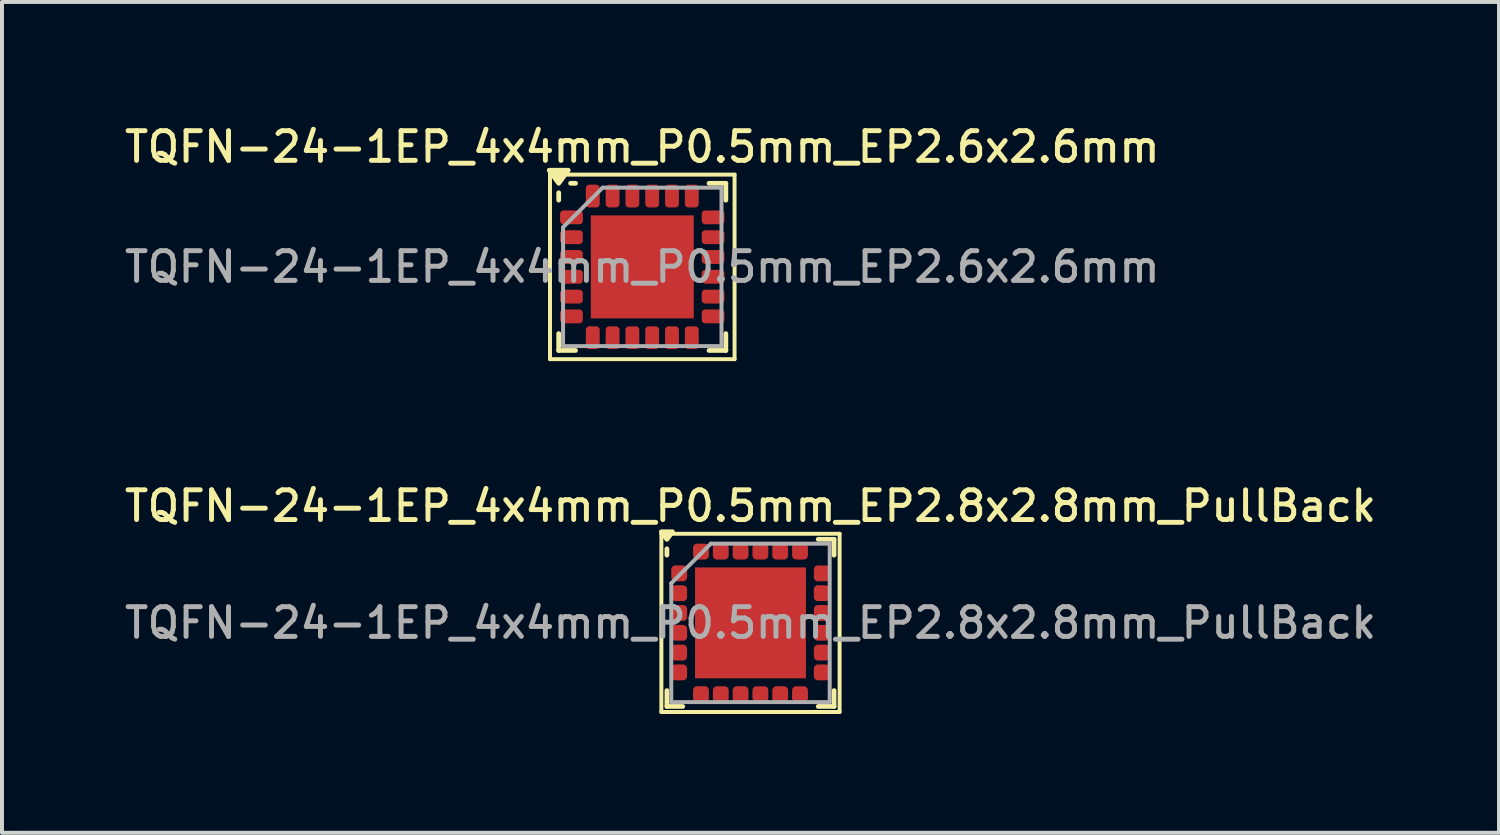
<source format=kicad_pcb>
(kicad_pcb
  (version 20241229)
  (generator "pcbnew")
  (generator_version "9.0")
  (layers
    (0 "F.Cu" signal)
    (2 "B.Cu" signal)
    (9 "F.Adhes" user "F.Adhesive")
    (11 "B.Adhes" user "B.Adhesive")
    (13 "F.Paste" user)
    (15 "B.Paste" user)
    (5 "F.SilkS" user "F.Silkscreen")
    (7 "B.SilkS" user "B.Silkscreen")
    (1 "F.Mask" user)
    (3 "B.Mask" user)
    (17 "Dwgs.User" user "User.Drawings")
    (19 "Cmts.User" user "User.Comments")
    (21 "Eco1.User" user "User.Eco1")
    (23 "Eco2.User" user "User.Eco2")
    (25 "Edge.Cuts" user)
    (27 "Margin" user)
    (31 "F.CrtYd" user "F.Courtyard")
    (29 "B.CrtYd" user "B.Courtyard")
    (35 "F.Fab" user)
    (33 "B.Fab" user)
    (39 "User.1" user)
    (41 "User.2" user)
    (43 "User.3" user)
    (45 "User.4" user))
  (footprint "TQFN-24-1EP_4x4mm_P0.5mm_EP2.6x2.6mm"
    (layer "F.Cu")
    (at 13.166 3.688)
    (property "Reference" "TQFN-24-1EP_4x4mm_P0.5mm_EP2.6x2.6mm" (at 0 -3.03 0) (layer "F.SilkS") (effects (font (size 0.75 0.75) (thickness 0.125))))
    (attr smd)
    (fp_line (start -2.33 -2.33) (end -2.33 2.33) (stroke (width 0.1) (type solid)) (layer "F.SilkS"))
    (fp_line (start -2.33 2.33) (end 2.33 2.33) (stroke (width 0.1) (type solid)) (layer "F.SilkS"))
    (fp_line (start -2.11 -1.685) (end -2.11 -1.87) (stroke (width 0.12) (type solid)) (layer "F.SilkS"))
    (fp_line (start -2.11 2.11) (end -2.11 1.685) (stroke (width 0.12) (type solid)) (layer "F.SilkS"))
    (fp_line (start -1.685 -2.11) (end -1.81 -2.11) (stroke (width 0.12) (type solid)) (layer "F.SilkS"))
    (fp_line (start -1.685 2.11) (end -2.11 2.11) (stroke (width 0.12) (type solid)) (layer "F.SilkS"))
    (fp_line (start 1.685 -2.11) (end 2.11 -2.11) (stroke (width 0.12) (type solid)) (layer "F.SilkS"))
    (fp_line (start 1.685 2.11) (end 2.11 2.11) (stroke (width 0.12) (type solid)) (layer "F.SilkS"))
    (fp_line (start 2.11 -2.11) (end 2.11 -1.685) (stroke (width 0.12) (type solid)) (layer "F.SilkS"))
    (fp_line (start 2.11 2.11) (end 2.11 1.685) (stroke (width 0.12) (type solid)) (layer "F.SilkS"))
    (fp_line (start 2.33 -2.33) (end -2.33 -2.33) (stroke (width 0.1) (type solid)) (layer "F.SilkS"))
    (fp_line (start 2.33 2.33) (end 2.33 -2.33) (stroke (width 0.1) (type solid)) (layer "F.SilkS"))
    (fp_poly (pts (xy -2.11 -2.11) (xy -2.35 -2.44) (xy -1.87 -2.44) (xy -2.11 -2.11)) (stroke (width 0.12) (type solid)) (fill yes) (layer "F.SilkS"))
    (fp_line (start -2 -1) (end -1 -2) (stroke (width 0.1) (type solid)) (layer "F.Fab"))
    (fp_line (start -2 2) (end -2 -1) (stroke (width 0.1) (type solid)) (layer "F.Fab"))
    (fp_line (start -1 -2) (end 2 -2) (stroke (width 0.1) (type solid)) (layer "F.Fab"))
    (fp_line (start 2 -2) (end 2 2) (stroke (width 0.1) (type solid)) (layer "F.Fab"))
    (fp_line (start 2 2) (end -2 2) (stroke (width 0.1) (type solid)) (layer "F.Fab"))
    (fp_text user "${REFERENCE}" (at 0 0 0) (layer "F.Fab") (effects (font (size 0.75 0.75) (thickness 0.125))))
    (pad "" smd roundrect (at -0.65 -0.65) (size 1.05 1.05) (layers "F.Paste") (roundrect_rratio 0.238))
    (pad "" smd roundrect (at -0.65 0.65) (size 1.05 1.05) (layers "F.Paste") (roundrect_rratio 0.238))
    (pad "" smd roundrect (at 0.65 -0.65) (size 1.05 1.05) (layers "F.Paste") (roundrect_rratio 0.238))
    (pad "" smd roundrect (at 0.65 0.65) (size 1.05 1.05) (layers "F.Paste") (roundrect_rratio 0.238))
    (pad "1" smd roundrect (at -1.788 -1.25) (size 0.575 0.35) (layers "F.Cu" "F.Mask" "F.Paste") (roundrect_rratio 0.25))
    (pad "2" smd roundrect (at -1.788 -0.75) (size 0.575 0.35) (layers "F.Cu" "F.Mask" "F.Paste") (roundrect_rratio 0.25))
    (pad "3" smd roundrect (at -1.788 -0.25) (size 0.575 0.35) (layers "F.Cu" "F.Mask" "F.Paste") (roundrect_rratio 0.25))
    (pad "4" smd roundrect (at -1.788 0.25) (size 0.575 0.35) (layers "F.Cu" "F.Mask" "F.Paste") (roundrect_rratio 0.25))
    (pad "5" smd roundrect (at -1.788 0.75) (size 0.575 0.35) (layers "F.Cu" "F.Mask" "F.Paste") (roundrect_rratio 0.25))
    (pad "6" smd roundrect (at -1.788 1.25) (size 0.575 0.35) (layers "F.Cu" "F.Mask" "F.Paste") (roundrect_rratio 0.25))
    (pad "7" smd roundrect (at -1.25 1.788) (size 0.35 0.575) (layers "F.Cu" "F.Mask" "F.Paste") (roundrect_rratio 0.25))
    (pad "8" smd roundrect (at -0.75 1.788) (size 0.35 0.575) (layers "F.Cu" "F.Mask" "F.Paste") (roundrect_rratio 0.25))
    (pad "9" smd roundrect (at -0.25 1.788) (size 0.35 0.575) (layers "F.Cu" "F.Mask" "F.Paste") (roundrect_rratio 0.25))
    (pad "10" smd roundrect (at 0.25 1.788) (size 0.35 0.575) (layers "F.Cu" "F.Mask" "F.Paste") (roundrect_rratio 0.25))
    (pad "11" smd roundrect (at 0.75 1.788) (size 0.35 0.575) (layers "F.Cu" "F.Mask" "F.Paste") (roundrect_rratio 0.25))
    (pad "12" smd roundrect (at 1.25 1.788) (size 0.35 0.575) (layers "F.Cu" "F.Mask" "F.Paste") (roundrect_rratio 0.25))
    (pad "13" smd roundrect (at 1.788 1.25) (size 0.575 0.35) (layers "F.Cu" "F.Mask" "F.Paste") (roundrect_rratio 0.25))
    (pad "14" smd roundrect (at 1.788 0.75) (size 0.575 0.35) (layers "F.Cu" "F.Mask" "F.Paste") (roundrect_rratio 0.25))
    (pad "15" smd roundrect (at 1.788 0.25) (size 0.575 0.35) (layers "F.Cu" "F.Mask" "F.Paste") (roundrect_rratio 0.25))
    (pad "16" smd roundrect (at 1.788 -0.25) (size 0.575 0.35) (layers "F.Cu" "F.Mask" "F.Paste") (roundrect_rratio 0.25))
    (pad "17" smd roundrect (at 1.788 -0.75) (size 0.575 0.35) (layers "F.Cu" "F.Mask" "F.Paste") (roundrect_rratio 0.25))
    (pad "18" smd roundrect (at 1.788 -1.25) (size 0.575 0.35) (layers "F.Cu" "F.Mask" "F.Paste") (roundrect_rratio 0.25))
    (pad "19" smd roundrect (at 1.25 -1.788) (size 0.35 0.575) (layers "F.Cu" "F.Mask" "F.Paste") (roundrect_rratio 0.25))
    (pad "20" smd roundrect (at 0.75 -1.788) (size 0.35 0.575) (layers "F.Cu" "F.Mask" "F.Paste") (roundrect_rratio 0.25))
    (pad "21" smd roundrect (at 0.25 -1.788) (size 0.35 0.575) (layers "F.Cu" "F.Mask" "F.Paste") (roundrect_rratio 0.25))
    (pad "22" smd roundrect (at -0.25 -1.788) (size 0.35 0.575) (layers "F.Cu" "F.Mask" "F.Paste") (roundrect_rratio 0.25))
    (pad "23" smd roundrect (at -0.75 -1.788) (size 0.35 0.575) (layers "F.Cu" "F.Mask" "F.Paste") (roundrect_rratio 0.25))
    (pad "24" smd roundrect (at -1.25 -1.788) (size 0.35 0.575) (layers "F.Cu" "F.Mask" "F.Paste") (roundrect_rratio 0.25))
    (pad "25" smd rect (at 0 0) (size 2.6 2.6) (property pad_prop_heatsink) (layers "F.Cu" "F.Mask")))
  (footprint "TQFN-24-1EP_4x4mm_P0.5mm_EP2.8x2.8mm_PullBack"
    (layer "F.Cu")
    (at 15.898 12.676)
    (property "Reference" "TQFN-24-1EP_4x4mm_P0.5mm_EP2.8x2.8mm_PullBack" (at 0 -2.95 0) (layer "F.SilkS") (effects (font (size 0.75 0.75) (thickness 0.125))))
    (attr smd)
    (fp_line (start -2.25 -2.25) (end -2.25 2.25) (stroke (width 0.1) (type solid)) (layer "F.SilkS"))
    (fp_line (start -2.25 2.25) (end 2.25 2.25) (stroke (width 0.1) (type solid)) (layer "F.SilkS"))
    (fp_line (start -2.11 -1.71) (end -2.11 -1.87) (stroke (width 0.12) (type solid)) (layer "F.SilkS"))
    (fp_line (start -2.11 2.11) (end -2.11 1.71) (stroke (width 0.12) (type solid)) (layer "F.SilkS"))
    (fp_line (start -1.71 2.11) (end -2.11 2.11) (stroke (width 0.12) (type solid)) (layer "F.SilkS"))
    (fp_line (start 1.71 -2.11) (end 2.11 -2.11) (stroke (width 0.12) (type solid)) (layer "F.SilkS"))
    (fp_line (start 1.71 2.11) (end 2.11 2.11) (stroke (width 0.12) (type solid)) (layer "F.SilkS"))
    (fp_line (start 2.11 -2.11) (end 2.11 -1.71) (stroke (width 0.12) (type solid)) (layer "F.SilkS"))
    (fp_line (start 2.11 2.11) (end 2.11 1.71) (stroke (width 0.12) (type solid)) (layer "F.SilkS"))
    (fp_line (start 2.25 -2.25) (end -2.25 -2.25) (stroke (width 0.1) (type solid)) (layer "F.SilkS"))
    (fp_line (start 2.25 2.25) (end 2.25 -2.25) (stroke (width 0.1) (type solid)) (layer "F.SilkS"))
    (fp_poly (pts (xy -2.11 -2.11) (xy -2.25 -2.3) (xy -1.97 -2.3) (xy -2.11 -2.11)) (stroke (width 0.12) (type solid)) (fill yes) (layer "F.SilkS"))
    (fp_line (start -2 -1) (end -1 -2) (stroke (width 0.1) (type solid)) (layer "F.Fab"))
    (fp_line (start -2 2) (end -2 -1) (stroke (width 0.1) (type solid)) (layer "F.Fab"))
    (fp_line (start -1 -2) (end 2 -2) (stroke (width 0.1) (type solid)) (layer "F.Fab"))
    (fp_line (start 2 -2) (end 2 2) (stroke (width 0.1) (type solid)) (layer "F.Fab"))
    (fp_line (start 2 2) (end -2 2) (stroke (width 0.1) (type solid)) (layer "F.Fab"))
    (fp_text user "${REFERENCE}" (at 0 0 0) (layer "F.Fab") (effects (font (size 0.75 0.75) (thickness 0.125))))
    (pad "" smd roundrect (at -0.7 -0.7) (size 1.13 1.13) (layers "F.Paste") (roundrect_rratio 0.221))
    (pad "" smd roundrect (at -0.7 0.7) (size 1.13 1.13) (layers "F.Paste") (roundrect_rratio 0.221))
    (pad "" smd roundrect (at 0.7 -0.7) (size 1.13 1.13) (layers "F.Paste") (roundrect_rratio 0.221))
    (pad "" smd roundrect (at 0.7 0.7) (size 1.13 1.13) (layers "F.Paste") (roundrect_rratio 0.221))
    (pad "1" smd roundrect (at -1.8 -1.25) (size 0.4 0.4) (layers "F.Cu" "F.Mask" "F.Paste") (roundrect_rratio 0.25))
    (pad "2" smd roundrect (at -1.8 -0.75) (size 0.4 0.4) (layers "F.Cu" "F.Mask" "F.Paste") (roundrect_rratio 0.25))
    (pad "3" smd roundrect (at -1.8 -0.25) (size 0.4 0.4) (layers "F.Cu" "F.Mask" "F.Paste") (roundrect_rratio 0.25))
    (pad "4" smd roundrect (at -1.8 0.25) (size 0.4 0.4) (layers "F.Cu" "F.Mask" "F.Paste") (roundrect_rratio 0.25))
    (pad "5" smd roundrect (at -1.8 0.75) (size 0.4 0.4) (layers "F.Cu" "F.Mask" "F.Paste") (roundrect_rratio 0.25))
    (pad "6" smd roundrect (at -1.8 1.25) (size 0.4 0.4) (layers "F.Cu" "F.Mask" "F.Paste") (roundrect_rratio 0.25))
    (pad "7" smd roundrect (at -1.25 1.8) (size 0.4 0.4) (layers "F.Cu" "F.Mask" "F.Paste") (roundrect_rratio 0.25))
    (pad "8" smd roundrect (at -0.75 1.8) (size 0.4 0.4) (layers "F.Cu" "F.Mask" "F.Paste") (roundrect_rratio 0.25))
    (pad "9" smd roundrect (at -0.25 1.8) (size 0.4 0.4) (layers "F.Cu" "F.Mask" "F.Paste") (roundrect_rratio 0.25))
    (pad "10" smd roundrect (at 0.25 1.8) (size 0.4 0.4) (layers "F.Cu" "F.Mask" "F.Paste") (roundrect_rratio 0.25))
    (pad "11" smd roundrect (at 0.75 1.8) (size 0.4 0.4) (layers "F.Cu" "F.Mask" "F.Paste") (roundrect_rratio 0.25))
    (pad "12" smd roundrect (at 1.25 1.8) (size 0.4 0.4) (layers "F.Cu" "F.Mask" "F.Paste") (roundrect_rratio 0.25))
    (pad "13" smd roundrect (at 1.8 1.25) (size 0.4 0.4) (layers "F.Cu" "F.Mask" "F.Paste") (roundrect_rratio 0.25))
    (pad "14" smd roundrect (at 1.8 0.75) (size 0.4 0.4) (layers "F.Cu" "F.Mask" "F.Paste") (roundrect_rratio 0.25))
    (pad "15" smd roundrect (at 1.8 0.25) (size 0.4 0.4) (layers "F.Cu" "F.Mask" "F.Paste") (roundrect_rratio 0.25))
    (pad "16" smd roundrect (at 1.8 -0.25) (size 0.4 0.4) (layers "F.Cu" "F.Mask" "F.Paste") (roundrect_rratio 0.25))
    (pad "17" smd roundrect (at 1.8 -0.75) (size 0.4 0.4) (layers "F.Cu" "F.Mask" "F.Paste") (roundrect_rratio 0.25))
    (pad "18" smd roundrect (at 1.8 -1.25) (size 0.4 0.4) (layers "F.Cu" "F.Mask" "F.Paste") (roundrect_rratio 0.25))
    (pad "19" smd roundrect (at 1.25 -1.8) (size 0.4 0.4) (layers "F.Cu" "F.Mask" "F.Paste") (roundrect_rratio 0.25))
    (pad "20" smd roundrect (at 0.75 -1.8) (size 0.4 0.4) (layers "F.Cu" "F.Mask" "F.Paste") (roundrect_rratio 0.25))
    (pad "21" smd roundrect (at 0.25 -1.8) (size 0.4 0.4) (layers "F.Cu" "F.Mask" "F.Paste") (roundrect_rratio 0.25))
    (pad "22" smd roundrect (at -0.25 -1.8) (size 0.4 0.4) (layers "F.Cu" "F.Mask" "F.Paste") (roundrect_rratio 0.25))
    (pad "23" smd roundrect (at -0.75 -1.8) (size 0.4 0.4) (layers "F.Cu" "F.Mask" "F.Paste") (roundrect_rratio 0.25))
    (pad "24" smd roundrect (at -1.25 -1.8) (size 0.4 0.4) (layers "F.Cu" "F.Mask" "F.Paste") (roundrect_rratio 0.25))
    (pad "25" smd rect (at 0 0) (size 2.8 2.8) (property pad_prop_heatsink) (layers "F.Cu" "F.Mask")))
  (gr_rect
    (start -3 -3)
    (end 34.796 17.976)
    (stroke (width 0.1) (type default))
    (fill no)
    (layer "Edge.Cuts")))
</source>
